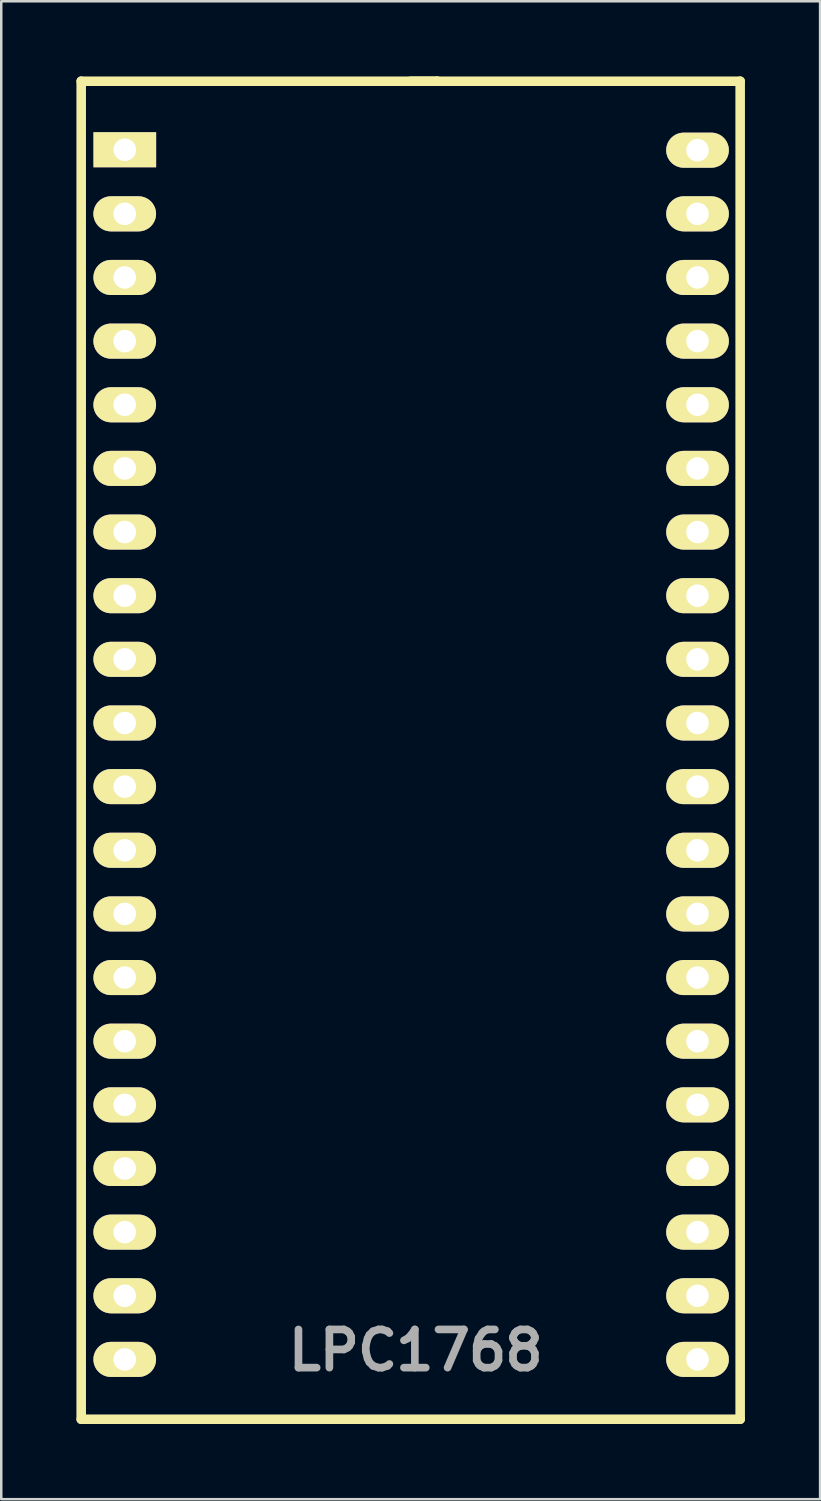
<source format=kicad_pcb>
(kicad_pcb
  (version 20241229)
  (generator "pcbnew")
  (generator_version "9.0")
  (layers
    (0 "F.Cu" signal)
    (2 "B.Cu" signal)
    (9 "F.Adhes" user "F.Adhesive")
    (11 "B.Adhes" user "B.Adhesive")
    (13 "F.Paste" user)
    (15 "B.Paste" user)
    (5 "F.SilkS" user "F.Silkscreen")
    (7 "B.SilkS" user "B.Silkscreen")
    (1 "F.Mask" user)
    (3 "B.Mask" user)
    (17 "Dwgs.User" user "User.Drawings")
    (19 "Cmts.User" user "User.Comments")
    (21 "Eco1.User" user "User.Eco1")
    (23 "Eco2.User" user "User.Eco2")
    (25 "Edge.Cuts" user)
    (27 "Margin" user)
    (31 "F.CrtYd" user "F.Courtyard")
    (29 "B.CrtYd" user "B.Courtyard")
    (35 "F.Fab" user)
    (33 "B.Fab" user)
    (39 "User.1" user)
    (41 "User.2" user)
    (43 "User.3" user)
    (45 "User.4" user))
  (footprint "LPC1768"
    (layer "F.Cu")
    (at 13.739 26.82)
    (property "Reference" "LPC1768" (at -0.196 24.023 0) (layer "F.Fab") (effects (font (size 1.524 1.524) (thickness 0.305))))
    (attr through_hole)
    (fp_line (start -13.548 -26.629) (end 0.65 -26.629) (stroke (width 0.381) (type solid)) (layer "F.SilkS"))
    (fp_line (start -13.548 26.772) (end -13.548 -26.629) (stroke (width 0.381) (type solid)) (layer "F.SilkS"))
    (fp_line (start -0.399 -26.629) (end 12.751 -26.629) (stroke (width 0.381) (type solid)) (layer "F.SilkS"))
    (fp_line (start 0.65 -26.629) (end 0.66 -26.629) (stroke (width 0.381) (type solid)) (layer "F.SilkS"))
    (fp_line (start 12.751 -26.629) (end 12.751 26.772) (stroke (width 0.381) (type solid)) (layer "F.SilkS"))
    (fp_line (start 12.751 26.772) (end -13.548 26.772) (stroke (width 0.381) (type solid)) (layer "F.SilkS"))
    (pad "1" thru_hole rect (at -11.808 -23.894) (size 2.5 1.4) (drill 0.9) (layers "*.Cu" "*.Mask" "F.SilkS"))
    (pad "2" thru_hole oval (at -11.811 -21.336) (size 2.5 1.4) (drill 0.9) (layers "*.Cu" "*.Mask" "F.SilkS"))
    (pad "3" thru_hole oval (at -11.811 -18.796) (size 2.5 1.4) (drill 0.9) (layers "*.Cu" "*.Mask" "F.SilkS"))
    (pad "4" thru_hole oval (at -11.811 -16.256) (size 2.5 1.4) (drill 0.9) (layers "*.Cu" "*.Mask" "F.SilkS"))
    (pad "5" thru_hole oval (at -11.811 -13.716) (size 2.5 1.4) (drill 0.9) (layers "*.Cu" "*.Mask" "F.SilkS"))
    (pad "6" thru_hole oval (at -11.811 -11.176) (size 2.5 1.4) (drill 0.9) (layers "*.Cu" "*.Mask" "F.SilkS"))
    (pad "7" thru_hole oval (at -11.811 -8.636) (size 2.5 1.4) (drill 0.9) (layers "*.Cu" "*.Mask" "F.SilkS"))
    (pad "8" thru_hole oval (at -11.811 -6.096) (size 2.5 1.4) (drill 0.9) (layers "*.Cu" "*.Mask" "F.SilkS"))
    (pad "9" thru_hole oval (at -11.811 -3.556) (size 2.5 1.4) (drill 0.9) (layers "*.Cu" "*.Mask" "F.SilkS"))
    (pad "10" thru_hole oval (at -11.811 -1.016) (size 2.5 1.4) (drill 0.9) (layers "*.Cu" "*.Mask" "F.SilkS"))
    (pad "11" thru_hole oval (at -11.811 1.524) (size 2.5 1.4) (drill 0.9) (layers "*.Cu" "*.Mask" "F.SilkS"))
    (pad "12" thru_hole oval (at -11.811 4.064) (size 2.5 1.4) (drill 0.9) (layers "*.Cu" "*.Mask" "F.SilkS"))
    (pad "13" thru_hole oval (at -11.811 6.604) (size 2.5 1.4) (drill 0.9) (layers "*.Cu" "*.Mask" "F.SilkS"))
    (pad "14" thru_hole oval (at -11.811 9.144) (size 2.5 1.4) (drill 0.9) (layers "*.Cu" "*.Mask" "F.SilkS"))
    (pad "15" thru_hole oval (at -11.811 11.684) (size 2.5 1.4) (drill 0.9) (layers "*.Cu" "*.Mask" "F.SilkS"))
    (pad "16" thru_hole oval (at -11.811 14.224) (size 2.5 1.4) (drill 0.9) (layers "*.Cu" "*.Mask" "F.SilkS"))
    (pad "17" thru_hole oval (at -11.811 16.764) (size 2.5 1.4) (drill 0.9) (layers "*.Cu" "*.Mask" "F.SilkS"))
    (pad "18" thru_hole oval (at -11.811 19.304) (size 2.5 1.4) (drill 0.9) (layers "*.Cu" "*.Mask" "F.SilkS"))
    (pad "19" thru_hole oval (at -11.811 21.844) (size 2.5 1.4) (drill 0.9) (layers "*.Cu" "*.Mask" "F.SilkS"))
    (pad "20" thru_hole oval (at -11.811 24.384) (size 2.5 1.4) (drill 0.9) (layers "*.Cu" "*.Mask" "F.SilkS"))
    (pad "21" thru_hole oval (at 11.049 24.384) (size 2.5 1.4) (drill 0.9) (layers "*.Cu" "*.Mask" "F.SilkS"))
    (pad "22" thru_hole oval (at 11.049 21.844) (size 2.5 1.4) (drill 0.9) (layers "*.Cu" "*.Mask" "F.SilkS"))
    (pad "23" thru_hole oval (at 11.049 19.304) (size 2.5 1.4) (drill 0.9) (layers "*.Cu" "*.Mask" "F.SilkS"))
    (pad "24" thru_hole oval (at 11.049 16.764) (size 2.5 1.4) (drill 0.9) (layers "*.Cu" "*.Mask" "F.SilkS"))
    (pad "25" thru_hole oval (at 11.049 14.224) (size 2.5 1.4) (drill 0.9) (layers "*.Cu" "*.Mask" "F.SilkS"))
    (pad "26" thru_hole oval (at 11.049 11.684) (size 2.5 1.4) (drill 0.9) (layers "*.Cu" "*.Mask" "F.SilkS"))
    (pad "27" thru_hole oval (at 11.049 9.144) (size 2.5 1.4) (drill 0.9) (layers "*.Cu" "*.Mask" "F.SilkS"))
    (pad "28" thru_hole oval (at 11.049 6.604) (size 2.5 1.4) (drill 0.9) (layers "*.Cu" "*.Mask" "F.SilkS"))
    (pad "29" thru_hole oval (at 11.049 4.064) (size 2.5 1.4) (drill 0.9) (layers "*.Cu" "*.Mask" "F.SilkS"))
    (pad "30" thru_hole oval (at 11.049 1.524) (size 2.5 1.4) (drill 0.9) (layers "*.Cu" "*.Mask" "F.SilkS"))
    (pad "31" thru_hole oval (at 11.049 -1.016) (size 2.5 1.4) (drill 0.9) (layers "*.Cu" "*.Mask" "F.SilkS"))
    (pad "32" thru_hole oval (at 11.049 -3.556) (size 2.5 1.4) (drill 0.9) (layers "*.Cu" "*.Mask" "F.SilkS"))
    (pad "33" thru_hole oval (at 11.049 -6.096) (size 2.5 1.4) (drill 0.9) (layers "*.Cu" "*.Mask" "F.SilkS"))
    (pad "34" thru_hole oval (at 11.049 -8.636) (size 2.5 1.4) (drill 0.9) (layers "*.Cu" "*.Mask" "F.SilkS"))
    (pad "35" thru_hole oval (at 11.049 -11.176) (size 2.5 1.4) (drill 0.9) (layers "*.Cu" "*.Mask" "F.SilkS"))
    (pad "36" thru_hole oval (at 11.049 -13.716) (size 2.5 1.4) (drill 0.9) (layers "*.Cu" "*.Mask" "F.SilkS"))
    (pad "37" thru_hole oval (at 11.049 -16.256) (size 2.5 1.4) (drill 0.9) (layers "*.Cu" "*.Mask" "F.SilkS"))
    (pad "38" thru_hole oval (at 11.049 -18.796) (size 2.5 1.4) (drill 0.9) (layers "*.Cu" "*.Mask" "F.SilkS"))
    (pad "39" thru_hole oval (at 11.049 -21.336) (size 2.5 1.4) (drill 0.9) (layers "*.Cu" "*.Mask" "F.SilkS"))
    (pad "40" thru_hole oval (at 11.049 -23.876) (size 2.5 1.4) (drill 0.9) (layers "*.Cu" "*.Mask" "F.SilkS")))
  (gr_rect
    (start -3 -3)
    (end 29.68 56.782)
    (stroke (width 0.1) (type default))
    (fill no)
    (layer "Edge.Cuts")))
</source>
